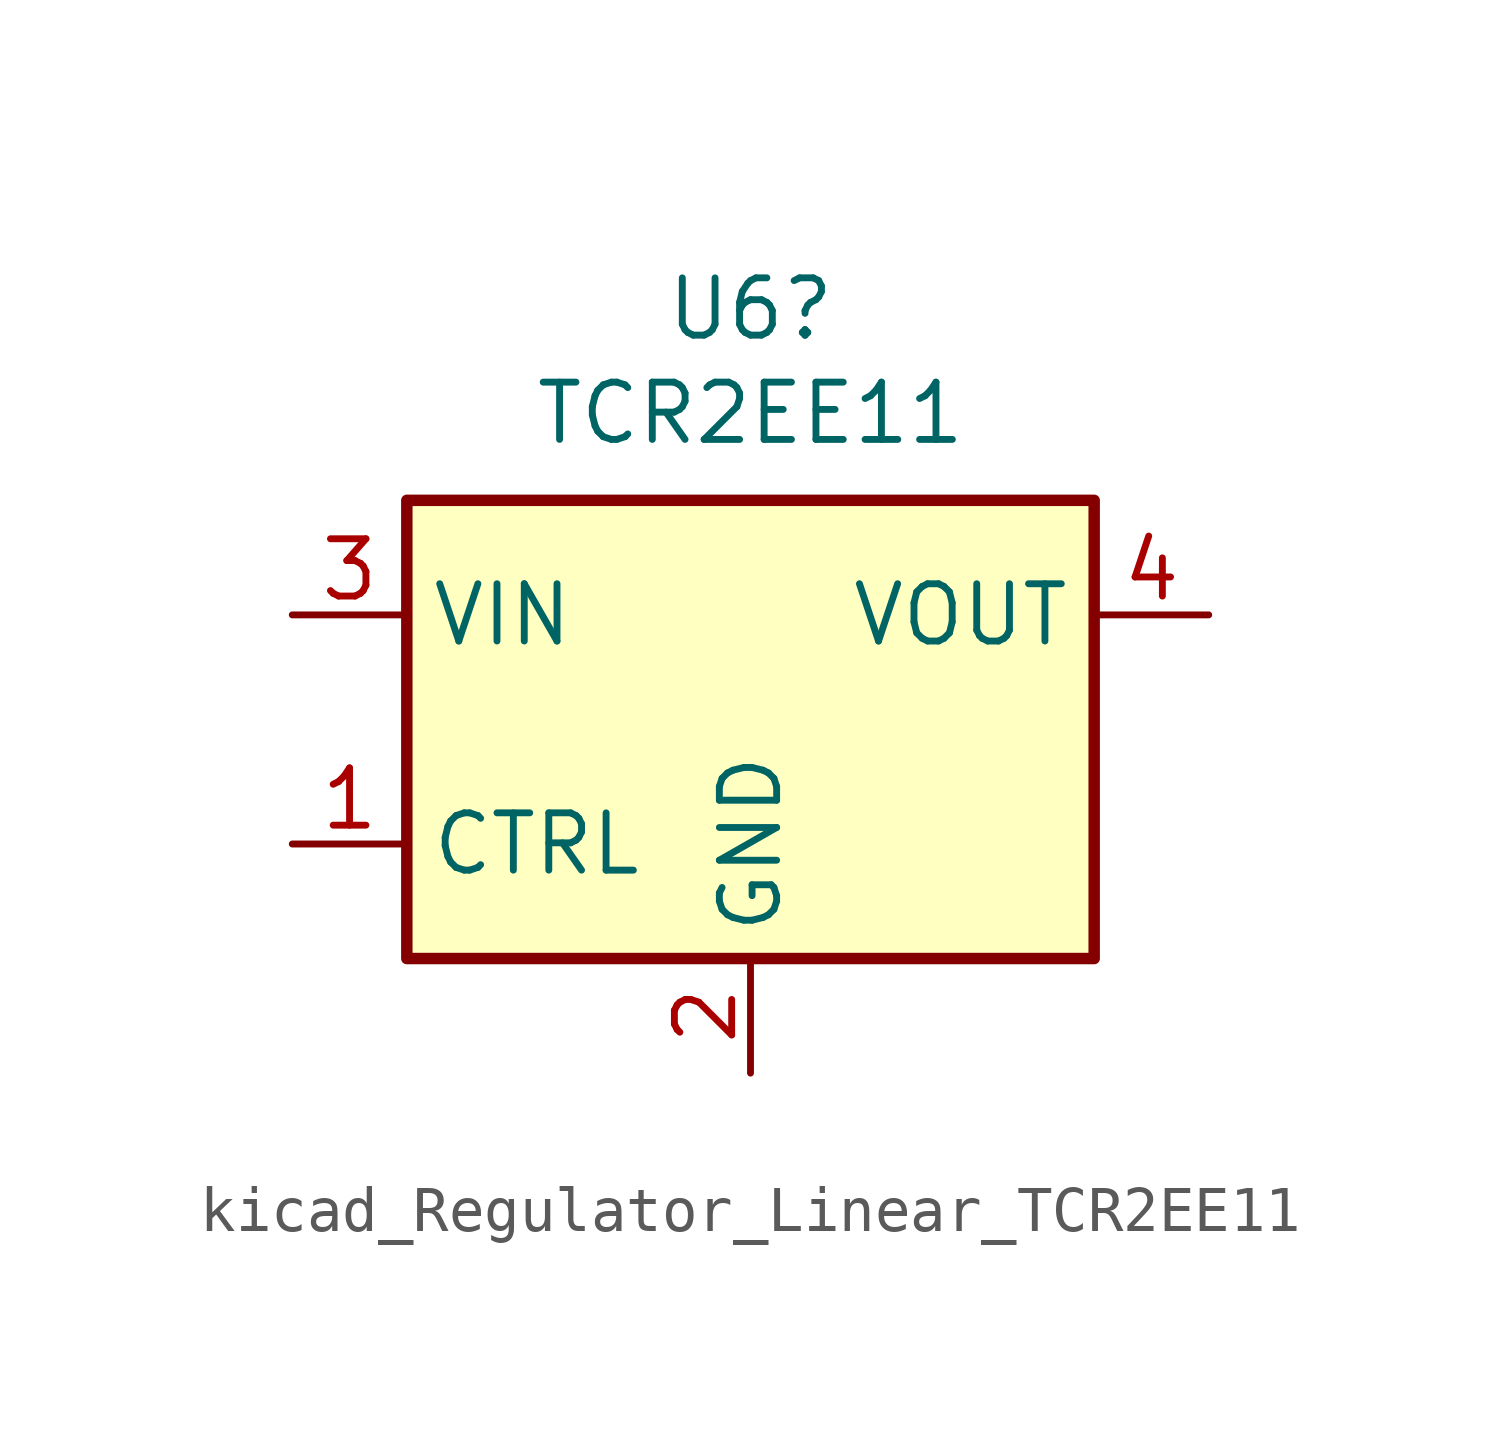
<source format=kicad_sym>
(kicad_symbol_lib
  (version 20220914)
  (generator kicad_symbol_editor)
  (symbol "kicad_Regulator_Linear_TCR2EE11"
    (property "Reference" "U6"
      (at 0 9.322 0)
      (effects (font (size 1.27 1.27))))
    (property "Value" "TCR2EE11"
      (at 0 7.01 0)
      (effects (font (size 1.27 1.27))))
    (symbol "kicad_Regulator_Linear_TCR2EE11_0_1"
      (rectangle (start -7.62 -5.08) (end 7.62 5.08) (stroke (width 0.254) (type default)) (fill (type background))))
    (symbol "kicad_Regulator_Linear_TCR2EE11_1_1"
      (pin input line (at -10.16 -2.54 0) (length 2.54) (name "CTRL" (effects (font (size 1.27 1.27)))) (number "1" (effects (font (size 1.27 1.27)))))
      (pin power_in line (at 0 -7.62 90) (length 2.54) (name "GND" (effects (font (size 1.27 1.27)))) (number "2" (effects (font (size 1.27 1.27)))))
      (pin power_in line (at -10.16 2.54 0) (length 2.54) (name "VIN" (effects (font (size 1.27 1.27)))) (number "3" (effects (font (size 1.27 1.27)))))
      (pin power_out line (at 10.16 2.54 180) (length 2.54) (name "VOUT" (effects (font (size 1.27 1.27)))) (number "4" (effects (font (size 1.27 1.27)))))
      (pin no_connect line (at 7.62 -2.54 180) (length 2.54) hide (name "NC" (effects (font (size 1.27 1.27)))) (number "5" (effects (font (size 1.27 1.27))))))))
</source>
